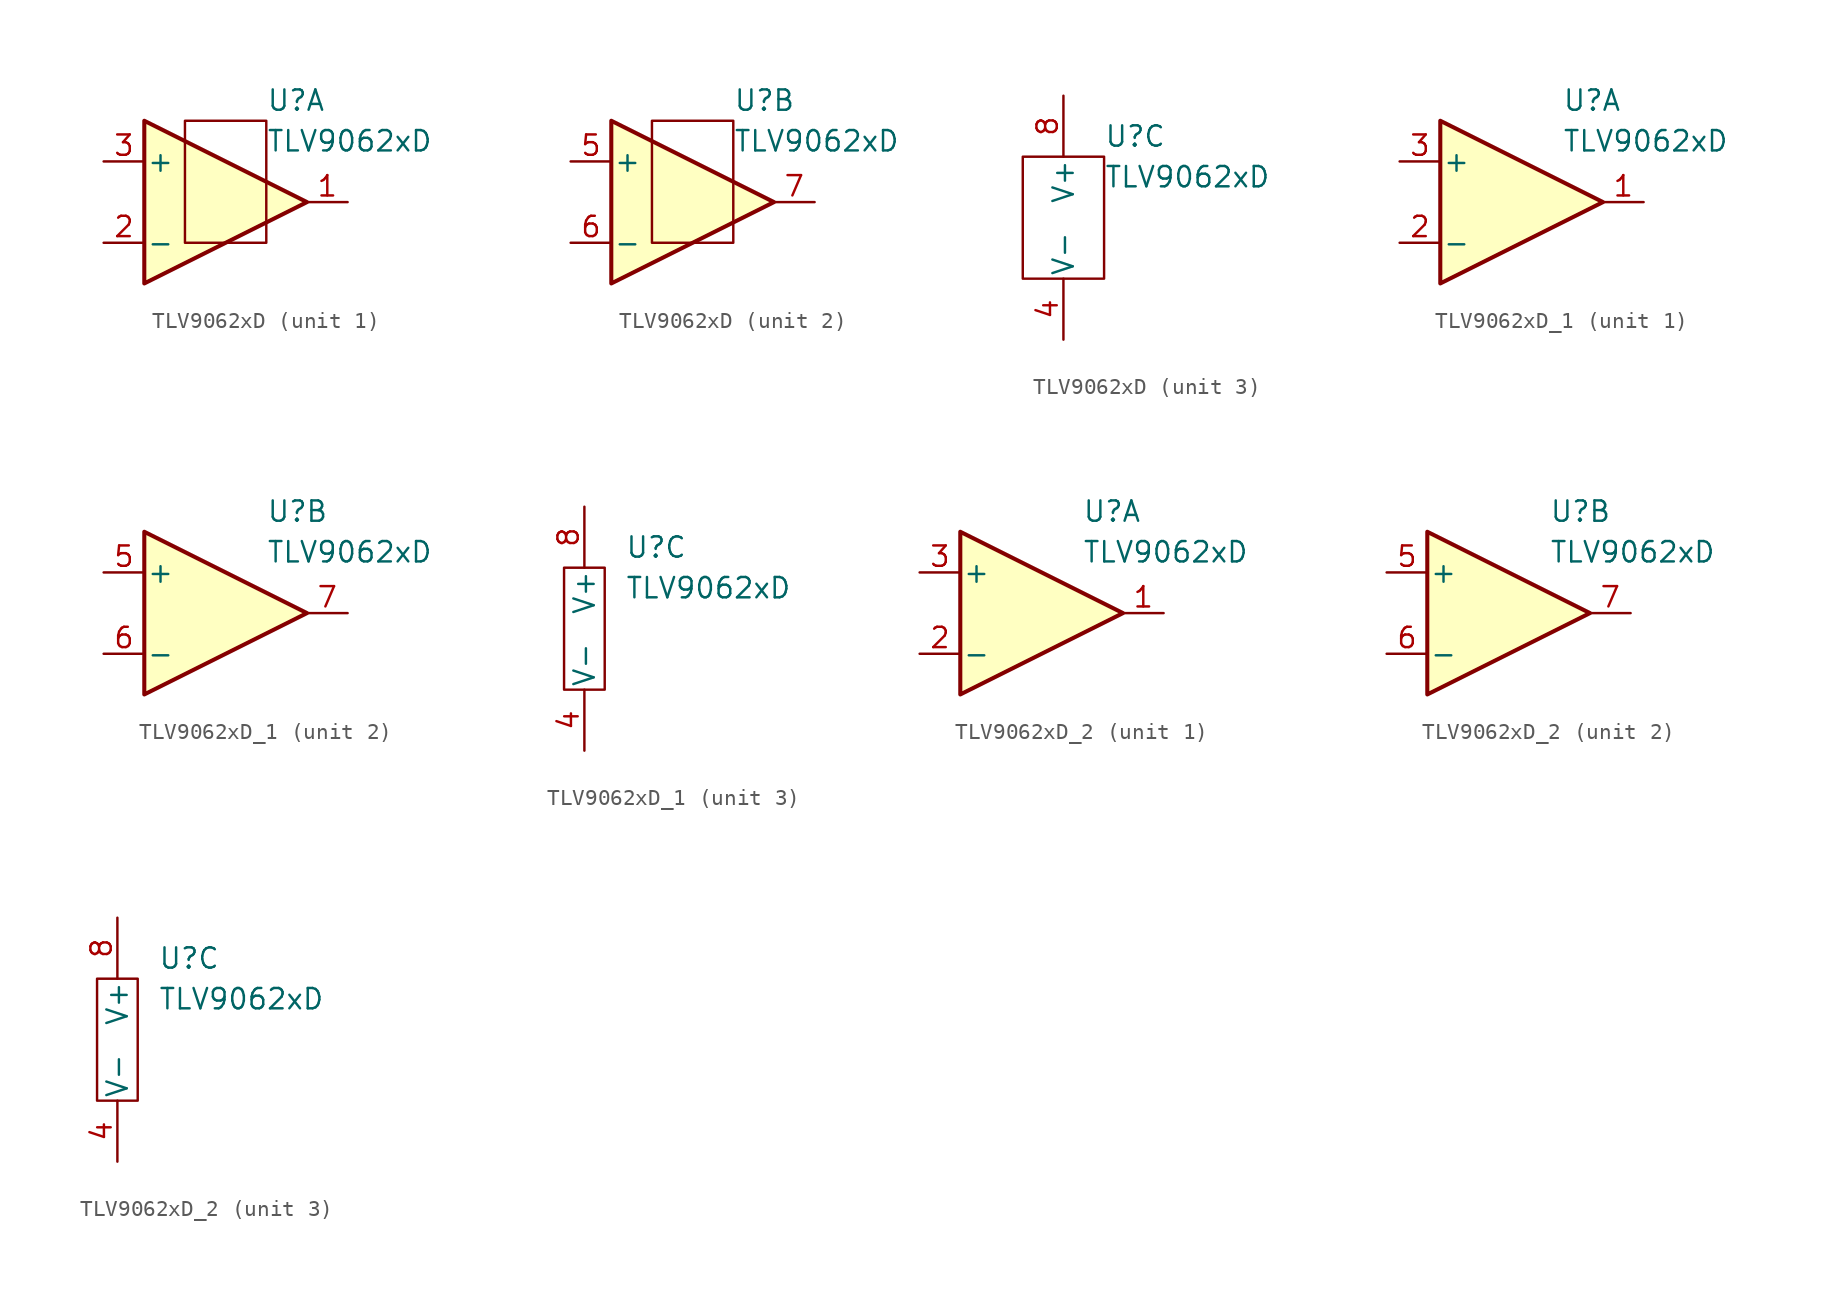
<source format=kicad_sym>
(kicad_symbol_lib
  (version 20220914)
  (generator kicad_symbol_editor)
  (symbol "TLV9062xD"
    (pin_names
      (offset 0.127))
    (property "Reference" "U"
      (at 2.54 6.35 0)
      (effects (font (size 1.27 1.27)) (justify left)))
    (property "Value" "TLV9062xD"
      (at 2.54 3.81 0)
      (effects (font (size 1.27 1.27)) (justify left)))
    (property "ki_locked" ""
      (at 0 0 0)
      (effects (font (size 1.27 1.27))))
    (symbol "TLV9062xD_0_1"
      (rectangle (start -2.54 5.08) (end 2.54 -2.54) (stroke (width 0) (type default)) (fill (type none))))
    (symbol "TLV9062xD_1_1"
      (polyline (pts (xy 5.08 0) (xy -5.08 5.08) (xy -5.08 -5.08) (xy 5.08 0)) (stroke (width 0.254) (type default)) (fill (type background)))
      (pin output line (at 7.62 0 180) (length 2.54) (name "~" (effects (font (size 1.27 1.27)))) (number "1" (effects (font (size 1.27 1.27)))))
      (pin input line (at -7.62 -2.54 0) (length 2.54) (name "-" (effects (font (size 1.27 1.27)))) (number "2" (effects (font (size 1.27 1.27)))))
      (pin input line (at -7.62 2.54 0) (length 2.54) (name "+" (effects (font (size 1.27 1.27)))) (number "3" (effects (font (size 1.27 1.27))))))
    (symbol "TLV9062xD_2_1"
      (polyline (pts (xy 5.08 0) (xy -5.08 5.08) (xy -5.08 -5.08) (xy 5.08 0)) (stroke (width 0.254) (type default)) (fill (type background)))
      (pin input line (at -7.62 2.54 0) (length 2.54) (name "+" (effects (font (size 1.27 1.27)))) (number "5" (effects (font (size 1.27 1.27)))))
      (pin input line (at -7.62 -2.54 0) (length 2.54) (name "-" (effects (font (size 1.27 1.27)))) (number "6" (effects (font (size 1.27 1.27)))))
      (pin output line (at 7.62 0 180) (length 2.54) (name "~" (effects (font (size 1.27 1.27)))) (number "7" (effects (font (size 1.27 1.27))))))
    (symbol "TLV9062xD_3_1"
      (pin power_in line (at 0 -6.35 90) (length 3.81) (name "V-" (effects (font (size 1.27 1.27)))) (number "4" (effects (font (size 1.27 1.27)))))
      (pin power_in line (at 0 8.89 270) (length 3.81) (name "V+" (effects (font (size 1.27 1.27)))) (number "8" (effects (font (size 1.27 1.27)))))))
  (symbol "TLV9062xD_1"
    (pin_names
      (offset 0.127))
    (property "Reference" "U"
      (at 2.54 6.35 0)
      (effects (font (size 1.27 1.27)) (justify left)))
    (property "Value" "TLV9062xD"
      (at 2.54 3.81 0)
      (effects (font (size 1.27 1.27)) (justify left)))
    (property "ki_locked" ""
      (at 0 0 0)
      (effects (font (size 1.27 1.27))))
    (symbol "TLV9062xD_1_1_1"
      (polyline (pts (xy 5.08 0) (xy -5.08 5.08) (xy -5.08 -5.08) (xy 5.08 0)) (stroke (width 0.254) (type default)) (fill (type background)))
      (pin output line (at 7.62 0 180) (length 2.54) (name "~" (effects (font (size 1.27 1.27)))) (number "1" (effects (font (size 1.27 1.27)))))
      (pin input line (at -7.62 -2.54 0) (length 2.54) (name "-" (effects (font (size 1.27 1.27)))) (number "2" (effects (font (size 1.27 1.27)))))
      (pin input line (at -7.62 2.54 0) (length 2.54) (name "+" (effects (font (size 1.27 1.27)))) (number "3" (effects (font (size 1.27 1.27))))))
    (symbol "TLV9062xD_1_2_1"
      (polyline (pts (xy 5.08 0) (xy -5.08 5.08) (xy -5.08 -5.08) (xy 5.08 0)) (stroke (width 0.254) (type default)) (fill (type background)))
      (pin input line (at -7.62 2.54 0) (length 2.54) (name "+" (effects (font (size 1.27 1.27)))) (number "5" (effects (font (size 1.27 1.27)))))
      (pin input line (at -7.62 -2.54 0) (length 2.54) (name "-" (effects (font (size 1.27 1.27)))) (number "6" (effects (font (size 1.27 1.27)))))
      (pin output line (at 7.62 0 180) (length 2.54) (name "~" (effects (font (size 1.27 1.27)))) (number "7" (effects (font (size 1.27 1.27))))))
    (symbol "TLV9062xD_1_3_1"
      (rectangle (start -1.27 5.08) (end 1.27 -2.54) (stroke (width 0) (type default)) (fill (type none)))
      (pin power_in line (at 0 -6.35 90) (length 3.81) (name "V-" (effects (font (size 1.27 1.27)))) (number "4" (effects (font (size 1.27 1.27)))))
      (pin power_in line (at 0 8.89 270) (length 3.81) (name "V+" (effects (font (size 1.27 1.27)))) (number "8" (effects (font (size 1.27 1.27)))))))
  (symbol "TLV9062xD_2"
    (pin_names
      (offset 0.127))
    (property "Reference" "U"
      (at 2.54 6.35 0)
      (effects (font (size 1.27 1.27)) (justify left)))
    (property "Value" "TLV9062xD"
      (at 2.54 3.81 0)
      (effects (font (size 1.27 1.27)) (justify left)))
    (property "ki_locked" ""
      (at 0 0 0)
      (effects (font (size 1.27 1.27))))
    (symbol "TLV9062xD_2_1_1"
      (polyline (pts (xy 5.08 0) (xy -5.08 5.08) (xy -5.08 -5.08) (xy 5.08 0)) (stroke (width 0.254) (type default)) (fill (type background)))
      (pin output line (at 7.62 0 180) (length 2.54) (name "~" (effects (font (size 1.27 1.27)))) (number "1" (effects (font (size 1.27 1.27)))))
      (pin input line (at -7.62 -2.54 0) (length 2.54) (name "-" (effects (font (size 1.27 1.27)))) (number "2" (effects (font (size 1.27 1.27)))))
      (pin input line (at -7.62 2.54 0) (length 2.54) (name "+" (effects (font (size 1.27 1.27)))) (number "3" (effects (font (size 1.27 1.27))))))
    (symbol "TLV9062xD_2_2_1"
      (polyline (pts (xy 5.08 0) (xy -5.08 5.08) (xy -5.08 -5.08) (xy 5.08 0)) (stroke (width 0.254) (type default)) (fill (type background)))
      (pin input line (at -7.62 2.54 0) (length 2.54) (name "+" (effects (font (size 1.27 1.27)))) (number "5" (effects (font (size 1.27 1.27)))))
      (pin input line (at -7.62 -2.54 0) (length 2.54) (name "-" (effects (font (size 1.27 1.27)))) (number "6" (effects (font (size 1.27 1.27)))))
      (pin output line (at 7.62 0 180) (length 2.54) (name "~" (effects (font (size 1.27 1.27)))) (number "7" (effects (font (size 1.27 1.27))))))
    (symbol "TLV9062xD_2_3_1"
      (rectangle (start -1.27 5.08) (end 1.27 -2.54) (stroke (width 0) (type default)) (fill (type none)))
      (pin power_in line (at 0 -6.35 90) (length 3.81) (name "V-" (effects (font (size 1.27 1.27)))) (number "4" (effects (font (size 1.27 1.27)))))
      (pin power_in line (at 0 8.89 270) (length 3.81) (name "V+" (effects (font (size 1.27 1.27)))) (number "8" (effects (font (size 1.27 1.27))))))))
</source>
